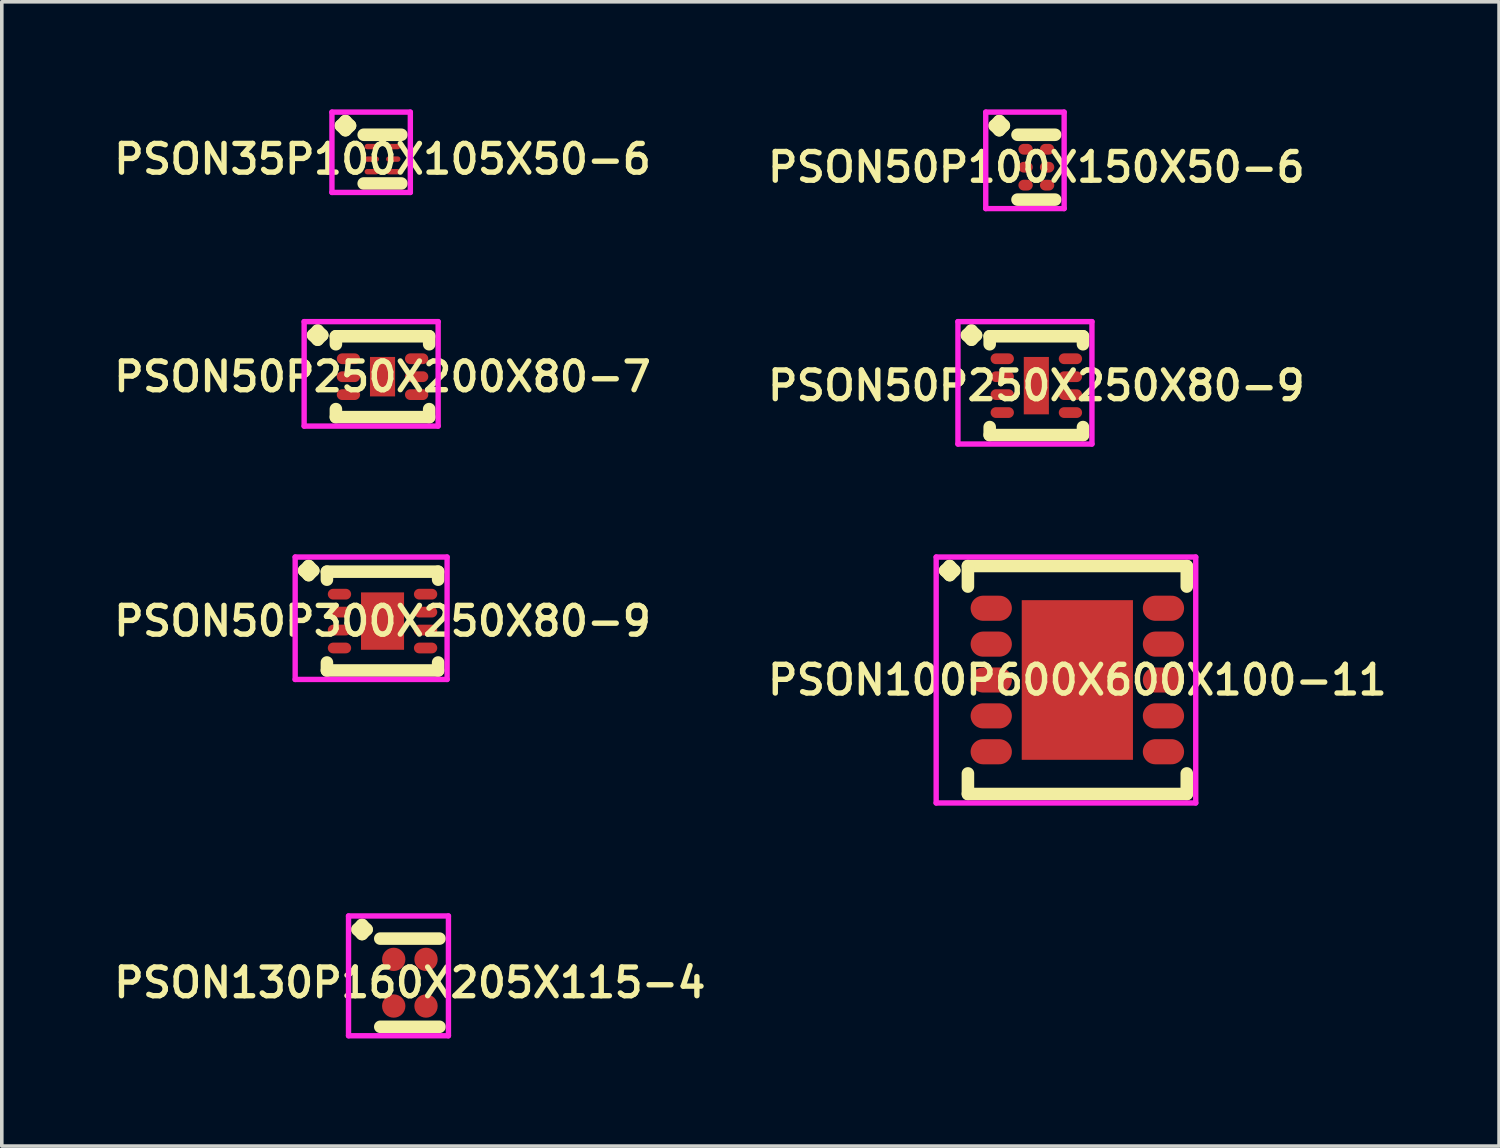
<source format=kicad_pcb>
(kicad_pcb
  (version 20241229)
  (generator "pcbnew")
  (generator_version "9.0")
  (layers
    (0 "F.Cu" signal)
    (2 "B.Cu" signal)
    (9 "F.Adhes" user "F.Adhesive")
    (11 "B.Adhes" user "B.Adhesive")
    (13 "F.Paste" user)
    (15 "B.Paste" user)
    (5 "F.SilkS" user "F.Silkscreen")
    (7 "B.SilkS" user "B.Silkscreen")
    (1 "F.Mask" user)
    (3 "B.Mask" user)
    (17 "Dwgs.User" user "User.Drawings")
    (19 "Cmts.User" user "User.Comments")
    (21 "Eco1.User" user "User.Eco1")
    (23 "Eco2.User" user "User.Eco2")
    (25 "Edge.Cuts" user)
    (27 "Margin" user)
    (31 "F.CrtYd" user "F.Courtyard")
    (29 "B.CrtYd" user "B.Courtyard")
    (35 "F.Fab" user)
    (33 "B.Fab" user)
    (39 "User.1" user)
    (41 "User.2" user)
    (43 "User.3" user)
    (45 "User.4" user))
  (footprint "PSON100P600X600X100-11"
    (layer "F.Cu")
    (at 26.978 15.903)
    (property "Reference" "PSON100P600X600X100-11" (at 0 0 0) (layer "F.SilkS") (effects (font (size 0.8 0.8) (thickness 0.15))))
    (attr smd)
    (fp_line (start -3.685 -3.05) (end -3.558 -3.177) (stroke (width 0.35) (type solid)) (layer "F.SilkS"))
    (fp_line (start -3.558 -3.177) (end -3.431 -3.05) (stroke (width 0.35) (type solid)) (layer "F.SilkS"))
    (fp_line (start -3.558 -2.923) (end -3.685 -3.05) (stroke (width 0.35) (type solid)) (layer "F.SilkS"))
    (fp_line (start -3.431 -3.05) (end -3.558 -2.923) (stroke (width 0.35) (type solid)) (layer "F.SilkS"))
    (fp_line (start -3.05 -3.177) (end 3.05 -3.177) (stroke (width 0.35) (type solid)) (layer "F.SilkS"))
    (fp_line (start -3.05 -2.604) (end -3.05 -3.177) (stroke (width 0.35) (type solid)) (layer "F.SilkS"))
    (fp_line (start -3.05 2.604) (end -3.05 3.177) (stroke (width 0.35) (type solid)) (layer "F.SilkS"))
    (fp_line (start -3.05 3.177) (end 3.05 3.177) (stroke (width 0.35) (type solid)) (layer "F.SilkS"))
    (fp_line (start 3.05 -3.177) (end 3.05 -2.604) (stroke (width 0.35) (type solid)) (layer "F.SilkS"))
    (fp_line (start 3.05 3.177) (end 3.05 2.604) (stroke (width 0.35) (type solid)) (layer "F.SilkS"))
    (fp_line (start -3.935 -3.427) (end 3.3 -3.427) (stroke (width 0.15) (type solid)) (layer "F.CrtYd"))
    (fp_line (start -3.935 3.427) (end -3.935 -3.427) (stroke (width 0.15) (type solid)) (layer "F.CrtYd"))
    (fp_line (start 3.3 -3.427) (end 3.3 3.427) (stroke (width 0.15) (type solid)) (layer "F.CrtYd"))
    (fp_line (start 3.3 3.427) (end -3.935 3.427) (stroke (width 0.15) (type solid)) (layer "F.CrtYd"))
    (pad "1" smd oval (at -2.4 -2) (size 1.15 0.7) (layers "F.Cu" "F.Mask" "F.Paste"))
    (pad "2" smd oval (at -2.4 -1) (size 1.15 0.7) (layers "F.Cu" "F.Mask" "F.Paste"))
    (pad "3" smd oval (at -2.4 0) (size 1.15 0.7) (layers "F.Cu" "F.Mask" "F.Paste"))
    (pad "4" smd oval (at -2.4 1) (size 1.15 0.7) (layers "F.Cu" "F.Mask" "F.Paste"))
    (pad "5" smd oval (at -2.4 2) (size 1.15 0.7) (layers "F.Cu" "F.Mask" "F.Paste"))
    (pad "6" smd oval (at 2.4 2) (size 1.15 0.7) (layers "F.Cu" "F.Mask" "F.Paste"))
    (pad "7" smd oval (at 2.4 1) (size 1.15 0.7) (layers "F.Cu" "F.Mask" "F.Paste"))
    (pad "8" smd oval (at 2.4 0) (size 1.15 0.7) (layers "F.Cu" "F.Mask" "F.Paste"))
    (pad "9" smd oval (at 2.4 -1) (size 1.15 0.7) (layers "F.Cu" "F.Mask" "F.Paste"))
    (pad "10" smd oval (at 2.4 -2) (size 1.15 0.7) (layers "F.Cu" "F.Mask" "F.Paste"))
    (pad "11" smd rect (at 0 0) (size 3.1 4.45) (layers "F.Cu" "F.Mask" "F.Paste")))
  (footprint "PSON35P100X105X50-6"
    (layer "F.Cu")
    (at 7.612 1.385)
    (property "Reference" "PSON35P100X105X50-6" (at 0 0 0) (layer "F.SilkS") (effects (font (size 0.8 0.8) (thickness 0.15))))
    (attr smd)
    (fp_line (start -1.16 -0.933) (end -1.033 -1.06) (stroke (width 0.35) (type solid)) (layer "F.SilkS"))
    (fp_line (start -1.033 -1.06) (end -0.906 -0.933) (stroke (width 0.35) (type solid)) (layer "F.SilkS"))
    (fp_line (start -1.033 -0.806) (end -1.16 -0.933) (stroke (width 0.35) (type solid)) (layer "F.SilkS"))
    (fp_line (start -0.906 -0.933) (end -1.033 -0.806) (stroke (width 0.35) (type solid)) (layer "F.SilkS"))
    (fp_line (start -0.525 -0.679) (end 0.525 -0.679) (stroke (width 0.35) (type solid)) (layer "F.SilkS"))
    (fp_line (start -0.525 0.679) (end 0.525 0.679) (stroke (width 0.35) (type solid)) (layer "F.SilkS"))
    (fp_line (start -1.41 -1.31) (end 0.775 -1.31) (stroke (width 0.15) (type solid)) (layer "F.CrtYd"))
    (fp_line (start -1.41 0.929) (end -1.41 -1.31) (stroke (width 0.15) (type solid)) (layer "F.CrtYd"))
    (fp_line (start 0.775 -1.31) (end 0.775 0.929) (stroke (width 0.15) (type solid)) (layer "F.CrtYd"))
    (fp_line (start 0.775 0.929) (end -1.41 0.929) (stroke (width 0.15) (type solid)) (layer "F.CrtYd"))
    (pad "1" smd oval (at -0.3 -0.35) (size 0.4 0.15) (layers "F.Cu" "F.Mask" "F.Paste"))
    (pad "2" smd oval (at -0.3 0) (size 0.4 0.15) (layers "F.Cu" "F.Mask" "F.Paste"))
    (pad "3" smd oval (at -0.3 0.35) (size 0.4 0.15) (layers "F.Cu" "F.Mask" "F.Paste"))
    (pad "4" smd oval (at 0.3 0.35) (size 0.4 0.15) (layers "F.Cu" "F.Mask" "F.Paste"))
    (pad "5" smd oval (at 0.3 0) (size 0.4 0.15) (layers "F.Cu" "F.Mask" "F.Paste"))
    (pad "6" smd oval (at 0.3 -0.35) (size 0.4 0.15) (layers "F.Cu" "F.Mask" "F.Paste")))
  (footprint "PSON50P300X250X80-9"
    (layer "F.Cu")
    (at 7.612 14.261)
    (property "Reference" "PSON50P300X250X80-9" (at 0 0 0) (layer "F.SilkS") (effects (font (size 0.8 0.8) (thickness 0.15))))
    (attr smd)
    (fp_line (start -2.185 -1.408) (end -2.058 -1.535) (stroke (width 0.35) (type solid)) (layer "F.SilkS"))
    (fp_line (start -2.058 -1.535) (end -1.931 -1.408) (stroke (width 0.35) (type solid)) (layer "F.SilkS"))
    (fp_line (start -2.058 -1.281) (end -2.185 -1.408) (stroke (width 0.35) (type solid)) (layer "F.SilkS"))
    (fp_line (start -1.931 -1.408) (end -2.058 -1.281) (stroke (width 0.35) (type solid)) (layer "F.SilkS"))
    (fp_line (start -1.55 -1.377) (end 1.55 -1.377) (stroke (width 0.35) (type solid)) (layer "F.SilkS"))
    (fp_line (start -1.55 -1.154) (end -1.55 -1.377) (stroke (width 0.35) (type solid)) (layer "F.SilkS"))
    (fp_line (start -1.55 1.154) (end -1.55 1.377) (stroke (width 0.35) (type solid)) (layer "F.SilkS"))
    (fp_line (start -1.55 1.377) (end 1.55 1.377) (stroke (width 0.35) (type solid)) (layer "F.SilkS"))
    (fp_line (start 1.55 -1.377) (end 1.55 -1.154) (stroke (width 0.35) (type solid)) (layer "F.SilkS"))
    (fp_line (start 1.55 1.377) (end 1.55 1.154) (stroke (width 0.35) (type solid)) (layer "F.SilkS"))
    (fp_line (start -2.435 -1.785) (end 1.8 -1.785) (stroke (width 0.15) (type solid)) (layer "F.CrtYd"))
    (fp_line (start -2.435 1.627) (end -2.435 -1.785) (stroke (width 0.15) (type solid)) (layer "F.CrtYd"))
    (fp_line (start 1.8 -1.785) (end 1.8 1.627) (stroke (width 0.15) (type solid)) (layer "F.CrtYd"))
    (fp_line (start 1.8 1.627) (end -2.435 1.627) (stroke (width 0.15) (type solid)) (layer "F.CrtYd"))
    (pad "1" smd oval (at -1.2 -0.75) (size 0.65 0.3) (layers "F.Cu" "F.Mask" "F.Paste"))
    (pad "2" smd oval (at -1.2 -0.25) (size 0.65 0.3) (layers "F.Cu" "F.Mask" "F.Paste"))
    (pad "3" smd oval (at -1.2 0.25) (size 0.65 0.3) (layers "F.Cu" "F.Mask" "F.Paste"))
    (pad "4" smd oval (at -1.2 0.75) (size 0.65 0.3) (layers "F.Cu" "F.Mask" "F.Paste"))
    (pad "5" smd oval (at 1.2 0.75) (size 0.65 0.3) (layers "F.Cu" "F.Mask" "F.Paste"))
    (pad "6" smd oval (at 1.2 0.25) (size 0.65 0.3) (layers "F.Cu" "F.Mask" "F.Paste"))
    (pad "7" smd oval (at 1.2 -0.25) (size 0.65 0.3) (layers "F.Cu" "F.Mask" "F.Paste"))
    (pad "8" smd oval (at 1.2 -0.75) (size 0.65 0.3) (layers "F.Cu" "F.Mask" "F.Paste"))
    (pad "9" smd rect (at 0 0) (size 1.2 1.6) (layers "F.Cu" "F.Mask" "F.Paste")))
  (footprint "PSON50P250X200X80-7"
    (layer "F.Cu")
    (at 7.612 7.449)
    (property "Reference" "PSON50P250X200X80-7" (at 0 0 0) (layer "F.SilkS") (effects (font (size 0.8 0.8) (thickness 0.15))))
    (attr smd)
    (fp_line (start -1.935 -1.158) (end -1.808 -1.285) (stroke (width 0.35) (type solid)) (layer "F.SilkS"))
    (fp_line (start -1.808 -1.285) (end -1.681 -1.158) (stroke (width 0.35) (type solid)) (layer "F.SilkS"))
    (fp_line (start -1.808 -1.031) (end -1.935 -1.158) (stroke (width 0.35) (type solid)) (layer "F.SilkS"))
    (fp_line (start -1.681 -1.158) (end -1.808 -1.031) (stroke (width 0.35) (type solid)) (layer "F.SilkS"))
    (fp_line (start -1.3 -1.127) (end 1.3 -1.127) (stroke (width 0.35) (type solid)) (layer "F.SilkS"))
    (fp_line (start -1.3 -0.904) (end -1.3 -1.127) (stroke (width 0.35) (type solid)) (layer "F.SilkS"))
    (fp_line (start -1.3 0.904) (end -1.3 1.127) (stroke (width 0.35) (type solid)) (layer "F.SilkS"))
    (fp_line (start -1.3 1.127) (end 1.3 1.127) (stroke (width 0.35) (type solid)) (layer "F.SilkS"))
    (fp_line (start 1.3 -1.127) (end 1.3 -0.904) (stroke (width 0.35) (type solid)) (layer "F.SilkS"))
    (fp_line (start 1.3 1.127) (end 1.3 0.904) (stroke (width 0.35) (type solid)) (layer "F.SilkS"))
    (fp_line (start -2.185 -1.535) (end 1.55 -1.535) (stroke (width 0.15) (type solid)) (layer "F.CrtYd"))
    (fp_line (start -2.185 1.377) (end -2.185 -1.535) (stroke (width 0.15) (type solid)) (layer "F.CrtYd"))
    (fp_line (start 1.55 -1.535) (end 1.55 1.377) (stroke (width 0.15) (type solid)) (layer "F.CrtYd"))
    (fp_line (start 1.55 1.377) (end -2.185 1.377) (stroke (width 0.15) (type solid)) (layer "F.CrtYd"))
    (pad "1" smd oval (at -0.95 -0.5) (size 0.65 0.3) (layers "F.Cu" "F.Mask" "F.Paste"))
    (pad "2" smd oval (at -0.95 0) (size 0.65 0.3) (layers "F.Cu" "F.Mask" "F.Paste"))
    (pad "3" smd oval (at -0.95 0.5) (size 0.65 0.3) (layers "F.Cu" "F.Mask" "F.Paste"))
    (pad "4" smd oval (at 0.95 0.5) (size 0.65 0.3) (layers "F.Cu" "F.Mask" "F.Paste"))
    (pad "5" smd oval (at 0.95 0) (size 0.65 0.3) (layers "F.Cu" "F.Mask" "F.Paste"))
    (pad "6" smd oval (at 0.95 -0.5) (size 0.65 0.3) (layers "F.Cu" "F.Mask" "F.Paste"))
    (pad "7" smd rect (at 0 0) (size 0.7 1.1) (layers "F.Cu" "F.Mask" "F.Paste")))
  (footprint "PSON50P250X250X80-9"
    (layer "F.Cu")
    (at 25.835 7.699)
    (property "Reference" "PSON50P250X250X80-9" (at 0 0 0) (layer "F.SilkS") (effects (font (size 0.8 0.8) (thickness 0.15))))
    (attr smd)
    (fp_line (start -1.935 -1.408) (end -1.808 -1.535) (stroke (width 0.35) (type solid)) (layer "F.SilkS"))
    (fp_line (start -1.808 -1.535) (end -1.681 -1.408) (stroke (width 0.35) (type solid)) (layer "F.SilkS"))
    (fp_line (start -1.808 -1.281) (end -1.935 -1.408) (stroke (width 0.35) (type solid)) (layer "F.SilkS"))
    (fp_line (start -1.681 -1.408) (end -1.808 -1.281) (stroke (width 0.35) (type solid)) (layer "F.SilkS"))
    (fp_line (start -1.3 -1.377) (end 1.3 -1.377) (stroke (width 0.35) (type solid)) (layer "F.SilkS"))
    (fp_line (start -1.3 -1.154) (end -1.3 -1.377) (stroke (width 0.35) (type solid)) (layer "F.SilkS"))
    (fp_line (start -1.3 1.154) (end -1.3 1.377) (stroke (width 0.35) (type solid)) (layer "F.SilkS"))
    (fp_line (start -1.3 1.377) (end 1.3 1.377) (stroke (width 0.35) (type solid)) (layer "F.SilkS"))
    (fp_line (start 1.3 -1.377) (end 1.3 -1.154) (stroke (width 0.35) (type solid)) (layer "F.SilkS"))
    (fp_line (start 1.3 1.377) (end 1.3 1.154) (stroke (width 0.35) (type solid)) (layer "F.SilkS"))
    (fp_line (start -2.185 -1.785) (end 1.55 -1.785) (stroke (width 0.15) (type solid)) (layer "F.CrtYd"))
    (fp_line (start -2.185 1.627) (end -2.185 -1.785) (stroke (width 0.15) (type solid)) (layer "F.CrtYd"))
    (fp_line (start 1.55 -1.785) (end 1.55 1.627) (stroke (width 0.15) (type solid)) (layer "F.CrtYd"))
    (fp_line (start 1.55 1.627) (end -2.185 1.627) (stroke (width 0.15) (type solid)) (layer "F.CrtYd"))
    (pad "1" smd oval (at -0.95 -0.75) (size 0.65 0.3) (layers "F.Cu" "F.Mask" "F.Paste"))
    (pad "2" smd oval (at -0.95 -0.25) (size 0.65 0.3) (layers "F.Cu" "F.Mask" "F.Paste"))
    (pad "3" smd oval (at -0.95 0.25) (size 0.65 0.3) (layers "F.Cu" "F.Mask" "F.Paste"))
    (pad "4" smd oval (at -0.95 0.75) (size 0.65 0.3) (layers "F.Cu" "F.Mask" "F.Paste"))
    (pad "5" smd oval (at 0.95 0.75) (size 0.65 0.3) (layers "F.Cu" "F.Mask" "F.Paste"))
    (pad "6" smd oval (at 0.95 0.25) (size 0.65 0.3) (layers "F.Cu" "F.Mask" "F.Paste"))
    (pad "7" smd oval (at 0.95 -0.25) (size 0.65 0.3) (layers "F.Cu" "F.Mask" "F.Paste"))
    (pad "8" smd oval (at 0.95 -0.75) (size 0.65 0.3) (layers "F.Cu" "F.Mask" "F.Paste"))
    (pad "9" smd rect (at 0 0) (size 0.7 1.6) (layers "F.Cu" "F.Mask" "F.Paste")))
  (footprint "PSON130P160X205X115-4"
    (layer "F.Cu")
    (at 8.374 24.34)
    (property "Reference" "PSON130P160X205X115-4" (at 0 0 0) (layer "F.SilkS") (effects (font (size 0.8 0.8) (thickness 0.15))))
    (attr smd)
    (fp_line (start -1.46 -1.483) (end -1.333 -1.61) (stroke (width 0.35) (type solid)) (layer "F.SilkS"))
    (fp_line (start -1.333 -1.61) (end -1.206 -1.483) (stroke (width 0.35) (type solid)) (layer "F.SilkS"))
    (fp_line (start -1.333 -1.356) (end -1.46 -1.483) (stroke (width 0.35) (type solid)) (layer "F.SilkS"))
    (fp_line (start -1.206 -1.483) (end -1.333 -1.356) (stroke (width 0.35) (type solid)) (layer "F.SilkS"))
    (fp_line (start -0.825 -1.229) (end 0.825 -1.229) (stroke (width 0.35) (type solid)) (layer "F.SilkS"))
    (fp_line (start -0.825 1.229) (end 0.825 1.229) (stroke (width 0.35) (type solid)) (layer "F.SilkS"))
    (fp_line (start -1.71 -1.86) (end 1.075 -1.86) (stroke (width 0.15) (type solid)) (layer "F.CrtYd"))
    (fp_line (start -1.71 1.479) (end -1.71 -1.86) (stroke (width 0.15) (type solid)) (layer "F.CrtYd"))
    (fp_line (start 1.075 -1.86) (end 1.075 1.479) (stroke (width 0.15) (type solid)) (layer "F.CrtYd"))
    (fp_line (start 1.075 1.479) (end -1.71 1.479) (stroke (width 0.15) (type solid)) (layer "F.CrtYd"))
    (pad "1" smd oval (at -0.45 -0.65) (size 0.65 0.65) (layers "F.Cu" "F.Mask" "F.Paste"))
    (pad "2" smd oval (at -0.45 0.65) (size 0.65 0.65) (layers "F.Cu" "F.Mask" "F.Paste"))
    (pad "3" smd oval (at 0.45 0.65) (size 0.65 0.65) (layers "F.Cu" "F.Mask" "F.Paste"))
    (pad "4" smd oval (at 0.45 -0.65) (size 0.65 0.65) (layers "F.Cu" "F.Mask" "F.Paste")))
  (footprint "PSON50P100X150X50-6"
    (layer "F.Cu")
    (at 25.835 1.61)
    (property "Reference" "PSON50P100X150X50-6" (at 0 0 0) (layer "F.SilkS") (effects (font (size 0.8 0.8) (thickness 0.15))))
    (attr smd)
    (fp_line (start -1.16 -1.158) (end -1.033 -1.285) (stroke (width 0.35) (type solid)) (layer "F.SilkS"))
    (fp_line (start -1.033 -1.285) (end -0.906 -1.158) (stroke (width 0.35) (type solid)) (layer "F.SilkS"))
    (fp_line (start -1.033 -1.031) (end -1.16 -1.158) (stroke (width 0.35) (type solid)) (layer "F.SilkS"))
    (fp_line (start -0.906 -1.158) (end -1.033 -1.031) (stroke (width 0.35) (type solid)) (layer "F.SilkS"))
    (fp_line (start -0.525 -0.904) (end 0.525 -0.904) (stroke (width 0.35) (type solid)) (layer "F.SilkS"))
    (fp_line (start -0.525 0.904) (end 0.525 0.904) (stroke (width 0.35) (type solid)) (layer "F.SilkS"))
    (fp_line (start -1.41 -1.535) (end 0.775 -1.535) (stroke (width 0.15) (type solid)) (layer "F.CrtYd"))
    (fp_line (start -1.41 1.154) (end -1.41 -1.535) (stroke (width 0.15) (type solid)) (layer "F.CrtYd"))
    (fp_line (start 0.775 -1.535) (end 0.775 1.154) (stroke (width 0.15) (type solid)) (layer "F.CrtYd"))
    (fp_line (start 0.775 1.154) (end -1.41 1.154) (stroke (width 0.15) (type solid)) (layer "F.CrtYd"))
    (pad "1" smd oval (at -0.3 -0.5) (size 0.4 0.3) (layers "F.Cu" "F.Mask" "F.Paste"))
    (pad "2" smd oval (at -0.3 0) (size 0.4 0.3) (layers "F.Cu" "F.Mask" "F.Paste"))
    (pad "3" smd oval (at -0.3 0.5) (size 0.4 0.3) (layers "F.Cu" "F.Mask" "F.Paste"))
    (pad "4" smd oval (at 0.3 0.5) (size 0.4 0.3) (layers "F.Cu" "F.Mask" "F.Paste"))
    (pad "5" smd oval (at 0.3 0) (size 0.4 0.3) (layers "F.Cu" "F.Mask" "F.Paste"))
    (pad "6" smd oval (at 0.3 -0.5) (size 0.4 0.3) (layers "F.Cu" "F.Mask" "F.Paste")))
  (gr_rect
    (start -3 -3)
    (end 38.732 28.894)
    (stroke (width 0.1) (type default))
    (fill no)
    (layer "Edge.Cuts")))
</source>
